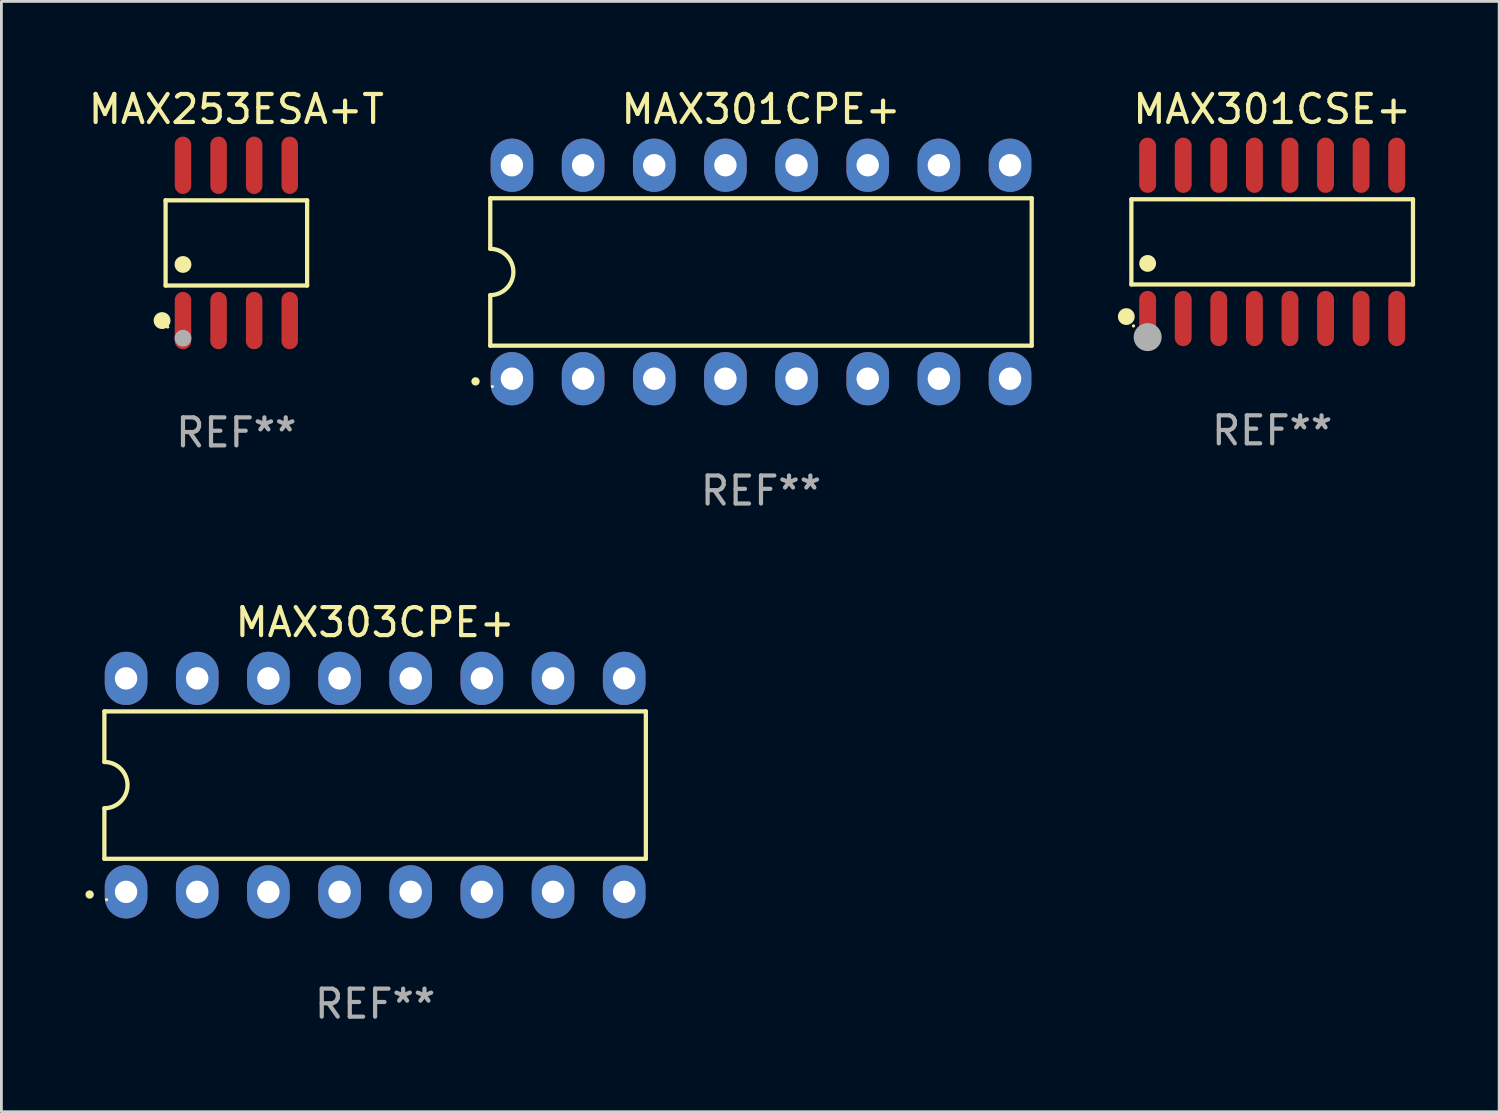
<source format=kicad_pcb>
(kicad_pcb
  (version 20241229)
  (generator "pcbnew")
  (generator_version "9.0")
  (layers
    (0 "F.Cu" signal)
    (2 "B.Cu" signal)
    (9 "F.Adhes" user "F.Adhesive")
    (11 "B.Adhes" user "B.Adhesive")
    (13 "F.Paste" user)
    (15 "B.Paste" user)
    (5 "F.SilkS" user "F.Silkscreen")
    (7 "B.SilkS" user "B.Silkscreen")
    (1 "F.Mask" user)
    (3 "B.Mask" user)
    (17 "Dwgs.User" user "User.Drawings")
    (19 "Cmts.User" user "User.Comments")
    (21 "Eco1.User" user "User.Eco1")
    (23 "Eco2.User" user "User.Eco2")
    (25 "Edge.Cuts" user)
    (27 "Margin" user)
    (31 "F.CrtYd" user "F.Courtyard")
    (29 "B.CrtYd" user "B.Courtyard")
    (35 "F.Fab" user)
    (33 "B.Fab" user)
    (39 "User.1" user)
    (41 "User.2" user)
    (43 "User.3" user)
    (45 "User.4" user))
  (footprint "MAX303CPE+"
    (layer "F.Cu")
    (at 10.34 24.975)
    (property "Reference" "MAX303CPE+" (at 0 -5.81 0) (layer "F.SilkS") (effects (font (size 1 1) (thickness 0.15))))
    (attr through_hole)
    (fp_line (start -9.664 -2.631) (end -9.664 -0.826) (stroke (width 0.152) (type solid)) (layer "F.SilkS"))
    (fp_line (start -9.664 0.826) (end -9.664 2.631) (stroke (width 0.152) (type solid)) (layer "F.SilkS"))
    (fp_line (start -9.664 2.631) (end 9.664 2.631) (stroke (width 0.152) (type solid)) (layer "F.SilkS"))
    (fp_line (start 9.664 -2.631) (end -9.664 -2.631) (stroke (width 0.152) (type solid)) (layer "F.SilkS"))
    (fp_line (start 9.664 2.631) (end 9.664 -2.631) (stroke (width 0.152) (type solid)) (layer "F.SilkS"))
    (fp_arc (start -9.663701 -0.825626) (mid -8.838075 0) (end -9.663701 0.825626) (stroke (width 0.1524) (type solid)) (layer "F.SilkS"))
    (fp_circle (center -10.19 3.905) (end -10.115 3.905) (stroke (width 0.15) (type solid)) (fill no) (layer "F.SilkS"))
    (fp_circle (center -9.588 4.09) (end -9.558 4.09) (stroke (width 0.06) (type solid)) (fill no) (layer "F.SilkS"))
    (fp_text user "REF**" (at 0 7.81 0) (layer "F.Fab") (effects (font (size 1 1) (thickness 0.15))))
    (pad "1" thru_hole oval (at -8.89 3.81) (size 1.52 1.9) (drill 0.8) (layers "*.Cu" "*.Mask"))
    (pad "2" thru_hole oval (at -6.35 3.81) (size 1.52 1.9) (drill 0.8) (layers "*.Cu" "*.Mask"))
    (pad "3" thru_hole oval (at -3.81 3.81) (size 1.52 1.9) (drill 0.8) (layers "*.Cu" "*.Mask"))
    (pad "4" thru_hole oval (at -1.27 3.81) (size 1.52 1.9) (drill 0.8) (layers "*.Cu" "*.Mask"))
    (pad "5" thru_hole oval (at 1.27 3.81) (size 1.52 1.9) (drill 0.8) (layers "*.Cu" "*.Mask"))
    (pad "6" thru_hole oval (at 3.81 3.81) (size 1.52 1.9) (drill 0.8) (layers "*.Cu" "*.Mask"))
    (pad "7" thru_hole oval (at 6.35 3.81) (size 1.52 1.9) (drill 0.8) (layers "*.Cu" "*.Mask"))
    (pad "8" thru_hole oval (at 8.89 3.81) (size 1.52 1.9) (drill 0.8) (layers "*.Cu" "*.Mask"))
    (pad "9" thru_hole oval (at 8.89 -3.81) (size 1.52 1.9) (drill 0.8) (layers "*.Cu" "*.Mask"))
    (pad "10" thru_hole oval (at 6.35 -3.81) (size 1.52 1.9) (drill 0.8) (layers "*.Cu" "*.Mask"))
    (pad "11" thru_hole oval (at 3.81 -3.81) (size 1.52 1.9) (drill 0.8) (layers "*.Cu" "*.Mask"))
    (pad "12" thru_hole oval (at 1.27 -3.81) (size 1.52 1.9) (drill 0.8) (layers "*.Cu" "*.Mask"))
    (pad "13" thru_hole oval (at -1.27 -3.81) (size 1.52 1.9) (drill 0.8) (layers "*.Cu" "*.Mask"))
    (pad "14" thru_hole oval (at -3.81 -3.81) (size 1.52 1.9) (drill 0.8) (layers "*.Cu" "*.Mask"))
    (pad "15" thru_hole oval (at -6.35 -3.81) (size 1.52 1.9) (drill 0.8) (layers "*.Cu" "*.Mask"))
    (pad "16" thru_hole oval (at -8.89 -3.81) (size 1.52 1.9) (drill 0.8) (layers "*.Cu" "*.Mask")))
  (footprint "MAX301CSE+"
    (layer "F.Cu")
    (at 42.361 5.584)
    (property "Reference" "MAX301CSE+" (at 0 -4.736 0) (layer "F.SilkS") (effects (font (size 1 1) (thickness 0.15))))
    (attr through_hole)
    (fp_line (start -5.026 -1.521) (end 5.026 -1.521) (stroke (width 0.152) (type solid)) (layer "F.SilkS"))
    (fp_line (start -5.026 1.521) (end -5.026 -1.521) (stroke (width 0.152) (type solid)) (layer "F.SilkS"))
    (fp_line (start 5.026 -1.521) (end 5.026 1.521) (stroke (width 0.152) (type solid)) (layer "F.SilkS"))
    (fp_line (start 5.026 1.521) (end -5.026 1.521) (stroke (width 0.152) (type solid)) (layer "F.SilkS"))
    (fp_circle (center -5.207 2.667) (end -5.057 2.667) (stroke (width 0.3) (type solid)) (fill no) (layer "F.SilkS"))
    (fp_circle (center -4.95 3) (end -4.92 3) (stroke (width 0.06) (type solid)) (fill no) (layer "F.SilkS"))
    (fp_circle (center -4.445 0.769) (end -4.295 0.769) (stroke (width 0.3) (type solid)) (fill no) (layer "F.SilkS"))
    (fp_circle (center -4.445 3.4) (end -4.195 3.4) (stroke (width 0.5) (type solid)) (fill no) (layer "F.Fab"))
    (fp_text user "REF**" (at 0 6.736 0) (layer "F.Fab") (effects (font (size 1 1) (thickness 0.15))))
    (pad "1" smd oval (at -4.445 2.736) (size 0.602 1.971) (layers "F.Cu" "F.Mask" "F.Paste"))
    (pad "2" smd oval (at -3.175 2.736) (size 0.602 1.971) (layers "F.Cu" "F.Mask" "F.Paste"))
    (pad "3" smd oval (at -1.905 2.736) (size 0.602 1.971) (layers "F.Cu" "F.Mask" "F.Paste"))
    (pad "4" smd oval (at -0.635 2.736) (size 0.602 1.971) (layers "F.Cu" "F.Mask" "F.Paste"))
    (pad "5" smd oval (at 0.635 2.736) (size 0.602 1.971) (layers "F.Cu" "F.Mask" "F.Paste"))
    (pad "6" smd oval (at 1.905 2.736) (size 0.602 1.971) (layers "F.Cu" "F.Mask" "F.Paste"))
    (pad "7" smd oval (at 3.175 2.736) (size 0.602 1.971) (layers "F.Cu" "F.Mask" "F.Paste"))
    (pad "8" smd oval (at 4.445 2.736) (size 0.602 1.971) (layers "F.Cu" "F.Mask" "F.Paste"))
    (pad "9" smd oval (at 4.445 -2.736) (size 0.602 1.971) (layers "F.Cu" "F.Mask" "F.Paste"))
    (pad "10" smd oval (at 3.175 -2.736) (size 0.602 1.971) (layers "F.Cu" "F.Mask" "F.Paste"))
    (pad "11" smd oval (at 1.905 -2.736) (size 0.602 1.971) (layers "F.Cu" "F.Mask" "F.Paste"))
    (pad "12" smd oval (at 0.635 -2.736) (size 0.602 1.971) (layers "F.Cu" "F.Mask" "F.Paste"))
    (pad "13" smd oval (at -0.635 -2.736) (size 0.602 1.971) (layers "F.Cu" "F.Mask" "F.Paste"))
    (pad "14" smd oval (at -1.905 -2.736) (size 0.602 1.971) (layers "F.Cu" "F.Mask" "F.Paste"))
    (pad "15" smd oval (at -3.175 -2.736) (size 0.602 1.971) (layers "F.Cu" "F.Mask" "F.Paste"))
    (pad "16" smd oval (at -4.445 -2.736) (size 0.602 1.971) (layers "F.Cu" "F.Mask" "F.Paste")))
  (footprint "MAX253ESA+T"
    (layer "F.Cu")
    (at 5.387 5.621)
    (property "Reference" "MAX253ESA+T" (at 0 -4.772 0) (layer "F.SilkS") (effects (font (size 1 1) (thickness 0.15))))
    (attr through_hole)
    (fp_line (start -2.526 -1.521) (end 2.526 -1.521) (stroke (width 0.152) (type solid)) (layer "F.SilkS"))
    (fp_line (start -2.526 1.521) (end -2.526 -1.521) (stroke (width 0.152) (type solid)) (layer "F.SilkS"))
    (fp_line (start 2.526 -1.521) (end 2.526 1.521) (stroke (width 0.152) (type solid)) (layer "F.SilkS"))
    (fp_line (start 2.526 1.521) (end -2.526 1.521) (stroke (width 0.152) (type solid)) (layer "F.SilkS"))
    (fp_circle (center -2.652 2.772) (end -2.501 2.772) (stroke (width 0.3) (type solid)) (fill no) (layer "F.SilkS"))
    (fp_circle (center -2.45 3) (end -2.42 3) (stroke (width 0.06) (type solid)) (fill no) (layer "F.SilkS"))
    (fp_circle (center -1.905 0.769) (end -1.755 0.769) (stroke (width 0.3) (type solid)) (fill no) (layer "F.SilkS"))
    (fp_circle (center -1.905 3.4) (end -1.755 3.4) (stroke (width 0.3) (type solid)) (fill no) (layer "F.Fab"))
    (fp_text user "REF**" (at 0 6.772 0) (layer "F.Fab") (effects (font (size 1 1) (thickness 0.15))))
    (pad "1" smd oval (at -1.905 2.772) (size 0.588 2.045) (layers "F.Cu" "F.Mask" "F.Paste"))
    (pad "2" smd oval (at -0.635 2.772) (size 0.588 2.045) (layers "F.Cu" "F.Mask" "F.Paste"))
    (pad "3" smd oval (at 0.635 2.772) (size 0.588 2.045) (layers "F.Cu" "F.Mask" "F.Paste"))
    (pad "4" smd oval (at 1.905 2.772) (size 0.588 2.045) (layers "F.Cu" "F.Mask" "F.Paste"))
    (pad "5" smd oval (at 1.905 -2.772) (size 0.588 2.045) (layers "F.Cu" "F.Mask" "F.Paste"))
    (pad "6" smd oval (at 0.635 -2.772) (size 0.588 2.045) (layers "F.Cu" "F.Mask" "F.Paste"))
    (pad "7" smd oval (at -0.635 -2.772) (size 0.588 2.045) (layers "F.Cu" "F.Mask" "F.Paste"))
    (pad "8" smd oval (at -1.905 -2.772) (size 0.588 2.045) (layers "F.Cu" "F.Mask" "F.Paste")))
  (footprint "MAX301CPE+"
    (layer "F.Cu")
    (at 24.114 6.658)
    (property "Reference" "MAX301CPE+" (at 0 -5.81 0) (layer "F.SilkS") (effects (font (size 1 1) (thickness 0.15))))
    (attr through_hole)
    (fp_line (start -9.664 -2.631) (end -9.664 -0.826) (stroke (width 0.152) (type solid)) (layer "F.SilkS"))
    (fp_line (start -9.664 0.826) (end -9.664 2.631) (stroke (width 0.152) (type solid)) (layer "F.SilkS"))
    (fp_line (start -9.664 2.631) (end 9.664 2.631) (stroke (width 0.152) (type solid)) (layer "F.SilkS"))
    (fp_line (start 9.664 -2.631) (end -9.664 -2.631) (stroke (width 0.152) (type solid)) (layer "F.SilkS"))
    (fp_line (start 9.664 2.631) (end 9.664 -2.631) (stroke (width 0.152) (type solid)) (layer "F.SilkS"))
    (fp_arc (start -9.663701 -0.825626) (mid -8.838075 0) (end -9.663701 0.825626) (stroke (width 0.1524) (type solid)) (layer "F.SilkS"))
    (fp_circle (center -10.19 3.905) (end -10.115 3.905) (stroke (width 0.15) (type solid)) (fill no) (layer "F.SilkS"))
    (fp_circle (center -9.588 4.09) (end -9.558 4.09) (stroke (width 0.06) (type solid)) (fill no) (layer "F.SilkS"))
    (fp_text user "REF**" (at 0 7.81 0) (layer "F.Fab") (effects (font (size 1 1) (thickness 0.15))))
    (pad "1" thru_hole oval (at -8.89 3.81) (size 1.52 1.9) (drill 0.8) (layers "*.Cu" "*.Mask"))
    (pad "2" thru_hole oval (at -6.35 3.81) (size 1.52 1.9) (drill 0.8) (layers "*.Cu" "*.Mask"))
    (pad "3" thru_hole oval (at -3.81 3.81) (size 1.52 1.9) (drill 0.8) (layers "*.Cu" "*.Mask"))
    (pad "4" thru_hole oval (at -1.27 3.81) (size 1.52 1.9) (drill 0.8) (layers "*.Cu" "*.Mask"))
    (pad "5" thru_hole oval (at 1.27 3.81) (size 1.52 1.9) (drill 0.8) (layers "*.Cu" "*.Mask"))
    (pad "6" thru_hole oval (at 3.81 3.81) (size 1.52 1.9) (drill 0.8) (layers "*.Cu" "*.Mask"))
    (pad "7" thru_hole oval (at 6.35 3.81) (size 1.52 1.9) (drill 0.8) (layers "*.Cu" "*.Mask"))
    (pad "8" thru_hole oval (at 8.89 3.81) (size 1.52 1.9) (drill 0.8) (layers "*.Cu" "*.Mask"))
    (pad "9" thru_hole oval (at 8.89 -3.81) (size 1.52 1.9) (drill 0.8) (layers "*.Cu" "*.Mask"))
    (pad "10" thru_hole oval (at 6.35 -3.81) (size 1.52 1.9) (drill 0.8) (layers "*.Cu" "*.Mask"))
    (pad "11" thru_hole oval (at 3.81 -3.81) (size 1.52 1.9) (drill 0.8) (layers "*.Cu" "*.Mask"))
    (pad "12" thru_hole oval (at 1.27 -3.81) (size 1.52 1.9) (drill 0.8) (layers "*.Cu" "*.Mask"))
    (pad "13" thru_hole oval (at -1.27 -3.81) (size 1.52 1.9) (drill 0.8) (layers "*.Cu" "*.Mask"))
    (pad "14" thru_hole oval (at -3.81 -3.81) (size 1.52 1.9) (drill 0.8) (layers "*.Cu" "*.Mask"))
    (pad "15" thru_hole oval (at -6.35 -3.81) (size 1.52 1.9) (drill 0.8) (layers "*.Cu" "*.Mask"))
    (pad "16" thru_hole oval (at -8.89 -3.81) (size 1.52 1.9) (drill 0.8) (layers "*.Cu" "*.Mask")))
  (gr_rect
    (start -3 -3)
    (end 50.463 36.633)
    (stroke (width 0.1) (type default))
    (fill no)
    (layer "Edge.Cuts")))
</source>
